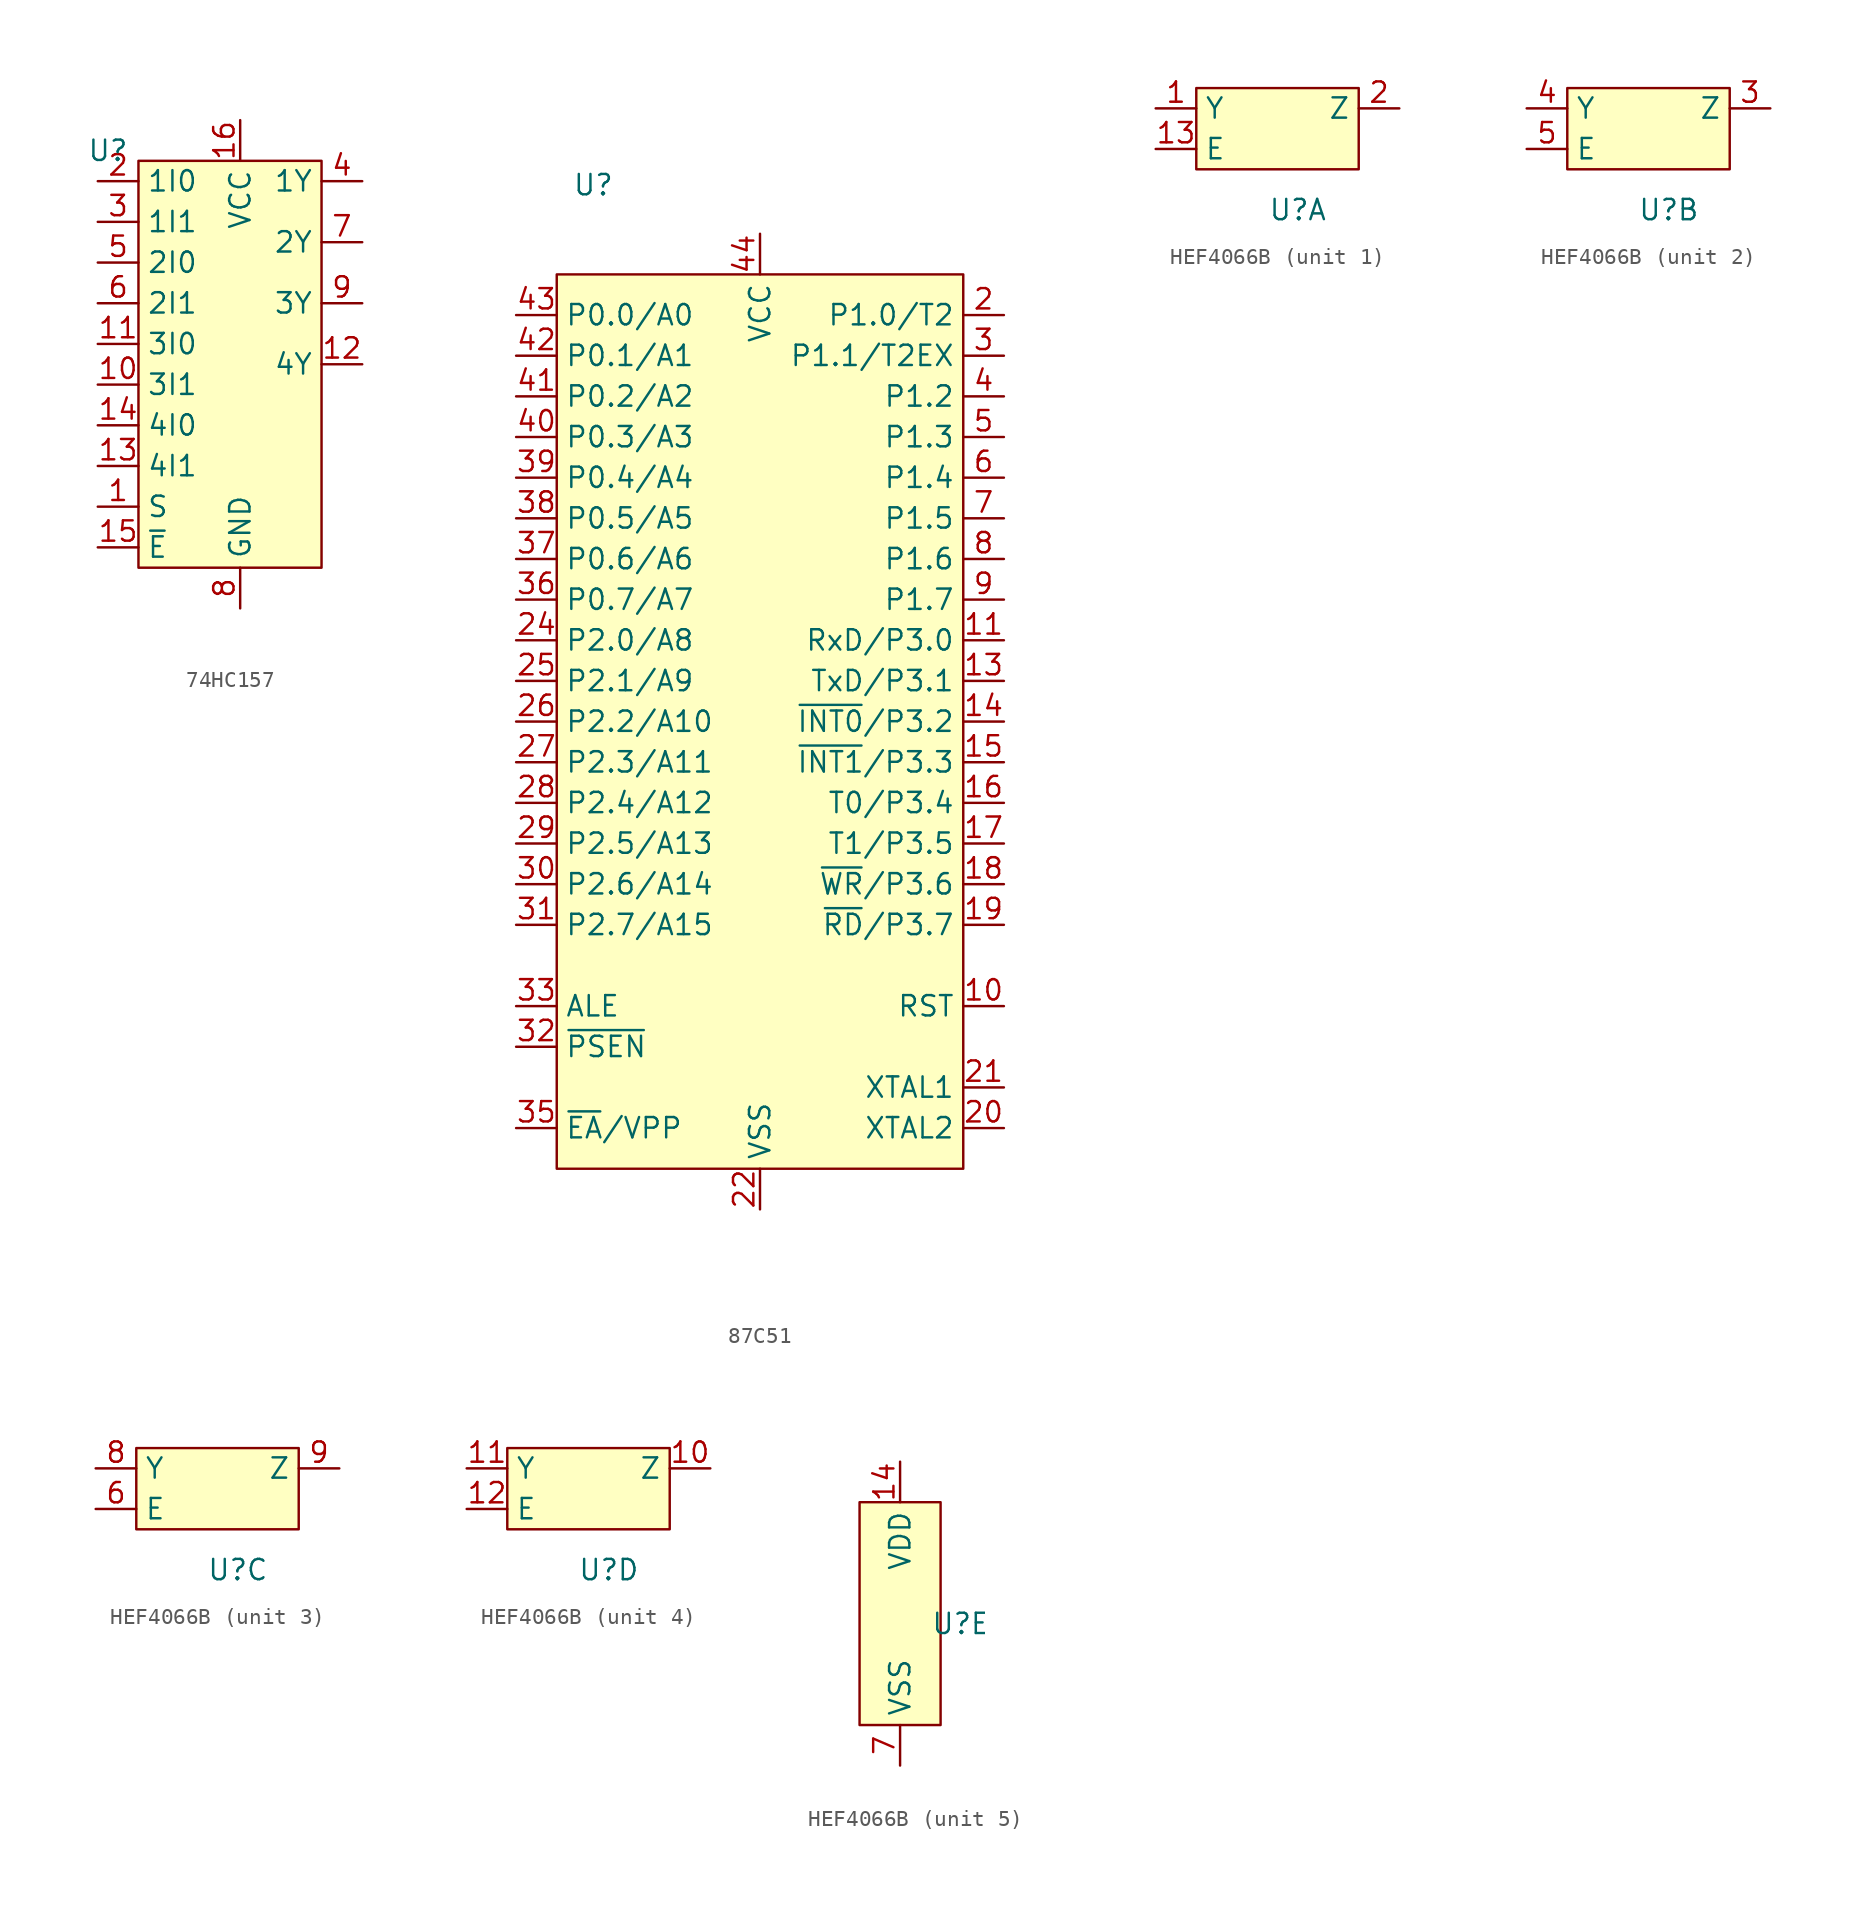
<source format=kicad_sym>
(kicad_symbol_lib
  (version 20231120)
  (generator "kicad_symbol_editor")
  (generator_version "8.0")
  (symbol "74HC157"
    (property "Reference" "U"
      (at -1.905 1.905 0)
      (effects (font (size 1.27 1.27))))
    (property "Value" ""
      (at 0 0 0)
      (effects (font (size 1.27 1.27))))
    (symbol "74HC157_1_1"
      (rectangle (start 0 1.27) (end 11.43 -24.13) (stroke (width 0) (type default)) (fill (type background)))
      (pin input line (at -2.54 -20.32 0) (length 2.54) (name "S" (effects (font (size 1.27 1.27)))) (number "1" (effects (font (size 1.27 1.27)))))
      (pin input line (at -2.54 -12.7 0) (length 2.54) (name "3I1" (effects (font (size 1.27 1.27)))) (number "10" (effects (font (size 1.27 1.27)))))
      (pin input line (at -2.54 -10.16 0) (length 2.54) (name "3I0" (effects (font (size 1.27 1.27)))) (number "11" (effects (font (size 1.27 1.27)))))
      (pin output line (at 13.97 -11.43 180) (length 2.54) (name "4Y" (effects (font (size 1.27 1.27)))) (number "12" (effects (font (size 1.27 1.27)))))
      (pin input line (at -2.54 -17.78 0) (length 2.54) (name "4I1" (effects (font (size 1.27 1.27)))) (number "13" (effects (font (size 1.27 1.27)))))
      (pin input line (at -2.54 -15.24 0) (length 2.54) (name "4I0" (effects (font (size 1.27 1.27)))) (number "14" (effects (font (size 1.27 1.27)))))
      (pin input line (at -2.54 -22.86 0) (length 2.54) (name "~{E}" (effects (font (size 1.27 1.27)))) (number "15" (effects (font (size 1.27 1.27)))))
      (pin power_in line (at 6.35 3.81 270) (length 2.54) (name "VCC" (effects (font (size 1.27 1.27)))) (number "16" (effects (font (size 1.27 1.27)))))
      (pin input line (at -2.54 0 0) (length 2.54) (name "1I0" (effects (font (size 1.27 1.27)))) (number "2" (effects (font (size 1.27 1.27)))))
      (pin input line (at -2.54 -2.54 0) (length 2.54) (name "1I1" (effects (font (size 1.27 1.27)))) (number "3" (effects (font (size 1.27 1.27)))))
      (pin output line (at 13.97 0 180) (length 2.54) (name "1Y" (effects (font (size 1.27 1.27)))) (number "4" (effects (font (size 1.27 1.27)))))
      (pin input line (at -2.54 -5.08 0) (length 2.54) (name "2I0" (effects (font (size 1.27 1.27)))) (number "5" (effects (font (size 1.27 1.27)))))
      (pin input line (at -2.54 -7.62 0) (length 2.54) (name "2I1" (effects (font (size 1.27 1.27)))) (number "6" (effects (font (size 1.27 1.27)))))
      (pin output line (at 13.97 -3.81 180) (length 2.54) (name "2Y" (effects (font (size 1.27 1.27)))) (number "7" (effects (font (size 1.27 1.27)))))
      (pin passive line (at 6.35 -26.67 90) (length 2.54) (name "GND" (effects (font (size 1.27 1.27)))) (number "8" (effects (font (size 1.27 1.27)))))
      (pin output line (at 13.97 -7.62 180) (length 2.54) (name "3Y" (effects (font (size 1.27 1.27)))) (number "9" (effects (font (size 1.27 1.27)))))))
  (symbol "87C51"
    (property "Reference" "U"
      (at -10.414 5.588 0)
      (effects (font (size 1.27 1.27))))
    (property "Value" ""
      (at 0 0 0)
      (effects (font (size 1.27 1.27))))
    (symbol "87C51_1_1"
      (rectangle (start -12.7 0) (end 12.7 -55.88) (stroke (width 0) (type default)) (fill (type background)))
      (pin input line (at 15.24 -45.72 180) (length 2.54) (name "RST" (effects (font (size 1.27 1.27)))) (number "10" (effects (font (size 1.27 1.27)))))
      (pin tri_state line (at 15.24 -22.86 180) (length 2.54) (name "RxD/P3.0" (effects (font (size 1.27 1.27)))) (number "11" (effects (font (size 1.27 1.27)))))
      (pin tri_state line (at 15.24 -25.4 180) (length 2.54) (name "TxD/P3.1" (effects (font (size 1.27 1.27)))) (number "13" (effects (font (size 1.27 1.27)))))
      (pin tri_state line (at 15.24 -27.94 180) (length 2.54) (name "~{INT0}/P3.2" (effects (font (size 1.27 1.27)))) (number "14" (effects (font (size 1.27 1.27)))))
      (pin tri_state line (at 15.24 -30.48 180) (length 2.54) (name "~{INT1}/P3.3" (effects (font (size 1.27 1.27)))) (number "15" (effects (font (size 1.27 1.27)))))
      (pin tri_state line (at 15.24 -33.02 180) (length 2.54) (name "T0/P3.4" (effects (font (size 1.27 1.27)))) (number "16" (effects (font (size 1.27 1.27)))))
      (pin tri_state line (at 15.24 -35.56 180) (length 2.54) (name "T1/P3.5" (effects (font (size 1.27 1.27)))) (number "17" (effects (font (size 1.27 1.27)))))
      (pin tri_state line (at 15.24 -38.1 180) (length 2.54) (name "~{WR}/P3.6" (effects (font (size 1.27 1.27)))) (number "18" (effects (font (size 1.27 1.27)))))
      (pin tri_state line (at 15.24 -40.64 180) (length 2.54) (name "~{RD}/P3.7" (effects (font (size 1.27 1.27)))) (number "19" (effects (font (size 1.27 1.27)))))
      (pin tri_state line (at 15.24 -2.54 180) (length 2.54) (name "P1.0/T2" (effects (font (size 1.27 1.27)))) (number "2" (effects (font (size 1.27 1.27)))))
      (pin output line (at 15.24 -53.34 180) (length 2.54) (name "XTAL2" (effects (font (size 1.27 1.27)))) (number "20" (effects (font (size 1.27 1.27)))))
      (pin input line (at 15.24 -50.8 180) (length 2.54) (name "XTAL1" (effects (font (size 1.27 1.27)))) (number "21" (effects (font (size 1.27 1.27)))))
      (pin power_in line (at 0 -58.42 90) (length 2.54) (name "VSS" (effects (font (size 1.27 1.27)))) (number "22" (effects (font (size 1.27 1.27)))))
      (pin tri_state line (at -15.24 -22.86 0) (length 2.54) (name "P2.0/A8" (effects (font (size 1.27 1.27)))) (number "24" (effects (font (size 1.27 1.27)))))
      (pin tri_state line (at -15.24 -25.4 0) (length 2.54) (name "P2.1/A9" (effects (font (size 1.27 1.27)))) (number "25" (effects (font (size 1.27 1.27)))))
      (pin tri_state line (at -15.24 -27.94 0) (length 2.54) (name "P2.2/A10" (effects (font (size 1.27 1.27)))) (number "26" (effects (font (size 1.27 1.27)))))
      (pin tri_state line (at -15.24 -30.48 0) (length 2.54) (name "P2.3/A11" (effects (font (size 1.27 1.27)))) (number "27" (effects (font (size 1.27 1.27)))))
      (pin tri_state line (at -15.24 -33.02 0) (length 2.54) (name "P2.4/A12" (effects (font (size 1.27 1.27)))) (number "28" (effects (font (size 1.27 1.27)))))
      (pin tri_state line (at -15.24 -35.56 0) (length 2.54) (name "P2.5/A13" (effects (font (size 1.27 1.27)))) (number "29" (effects (font (size 1.27 1.27)))))
      (pin tri_state line (at 15.24 -5.08 180) (length 2.54) (name "P1.1/T2EX" (effects (font (size 1.27 1.27)))) (number "3" (effects (font (size 1.27 1.27)))))
      (pin tri_state line (at -15.24 -38.1 0) (length 2.54) (name "P2.6/A14" (effects (font (size 1.27 1.27)))) (number "30" (effects (font (size 1.27 1.27)))))
      (pin tri_state line (at -15.24 -40.64 0) (length 2.54) (name "P2.7/A15" (effects (font (size 1.27 1.27)))) (number "31" (effects (font (size 1.27 1.27)))))
      (pin output line (at -15.24 -48.26 0) (length 2.54) (name "~{PSEN}" (effects (font (size 1.27 1.27)))) (number "32" (effects (font (size 1.27 1.27)))))
      (pin output line (at -15.24 -45.72 0) (length 2.54) (name "ALE" (effects (font (size 1.27 1.27)))) (number "33" (effects (font (size 1.27 1.27)))))
      (pin input line (at -15.24 -53.34 0) (length 2.54) (name "~{EA}/VPP" (effects (font (size 1.27 1.27)))) (number "35" (effects (font (size 1.27 1.27)))))
      (pin tri_state line (at -15.24 -20.32 0) (length 2.54) (name "P0.7/A7" (effects (font (size 1.27 1.27)))) (number "36" (effects (font (size 1.27 1.27)))))
      (pin tri_state line (at -15.24 -17.78 0) (length 2.54) (name "P0.6/A6" (effects (font (size 1.27 1.27)))) (number "37" (effects (font (size 1.27 1.27)))))
      (pin tri_state line (at -15.24 -15.24 0) (length 2.54) (name "P0.5/A5" (effects (font (size 1.27 1.27)))) (number "38" (effects (font (size 1.27 1.27)))))
      (pin tri_state line (at -15.24 -12.7 0) (length 2.54) (name "P0.4/A4" (effects (font (size 1.27 1.27)))) (number "39" (effects (font (size 1.27 1.27)))))
      (pin tri_state line (at 15.24 -7.62 180) (length 2.54) (name "P1.2" (effects (font (size 1.27 1.27)))) (number "4" (effects (font (size 1.27 1.27)))))
      (pin tri_state line (at -15.24 -10.16 0) (length 2.54) (name "P0.3/A3" (effects (font (size 1.27 1.27)))) (number "40" (effects (font (size 1.27 1.27)))))
      (pin tri_state line (at -15.24 -7.62 0) (length 2.54) (name "P0.2/A2" (effects (font (size 1.27 1.27)))) (number "41" (effects (font (size 1.27 1.27)))))
      (pin tri_state line (at -15.24 -5.08 0) (length 2.54) (name "P0.1/A1" (effects (font (size 1.27 1.27)))) (number "42" (effects (font (size 1.27 1.27)))))
      (pin tri_state line (at -15.24 -2.54 0) (length 2.54) (name "P0.0/A0" (effects (font (size 1.27 1.27)))) (number "43" (effects (font (size 1.27 1.27)))))
      (pin power_in line (at 0 2.54 270) (length 2.54) (name "VCC" (effects (font (size 1.27 1.27)))) (number "44" (effects (font (size 1.27 1.27)))))
      (pin tri_state line (at 15.24 -10.16 180) (length 2.54) (name "P1.3" (effects (font (size 1.27 1.27)))) (number "5" (effects (font (size 1.27 1.27)))))
      (pin tri_state line (at 15.24 -12.7 180) (length 2.54) (name "P1.4" (effects (font (size 1.27 1.27)))) (number "6" (effects (font (size 1.27 1.27)))))
      (pin tri_state line (at 15.24 -15.24 180) (length 2.54) (name "P1.5" (effects (font (size 1.27 1.27)))) (number "7" (effects (font (size 1.27 1.27)))))
      (pin tri_state line (at 15.24 -17.78 180) (length 2.54) (name "P1.6" (effects (font (size 1.27 1.27)))) (number "8" (effects (font (size 1.27 1.27)))))
      (pin tri_state line (at 15.24 -20.32 180) (length 2.54) (name "P1.7" (effects (font (size 1.27 1.27)))) (number "9" (effects (font (size 1.27 1.27)))))))
  (symbol "HEF4066B"
    (property "Reference" "U"
      (at 6.35 -6.35 0)
      (effects (font (size 1.27 1.27))))
    (property "Value" ""
      (at 0 0 0)
      (effects (font (size 1.27 1.27))))
    (property "ki_locked" ""
      (at 0 0 0)
      (effects (font (size 1.27 1.27))))
    (symbol "HEF4066B_1_1"
      (rectangle (start 0 1.27) (end 10.16 -3.81) (stroke (width 0) (type default)) (fill (type background)))
      (pin bidirectional line (at -2.54 0 0) (length 2.54) (name "Y" (effects (font (size 1.27 1.27)))) (number "1" (effects (font (size 1.27 1.27)))))
      (pin input line (at -2.54 -2.54 0) (length 2.54) (name "E" (effects (font (size 1.27 1.27)))) (number "13" (effects (font (size 1.27 1.27)))))
      (pin bidirectional line (at 12.7 0 180) (length 2.54) (name "Z" (effects (font (size 1.27 1.27)))) (number "2" (effects (font (size 1.27 1.27))))))
    (symbol "HEF4066B_2_1"
      (rectangle (start 0 1.27) (end 10.16 -3.81) (stroke (width 0) (type default)) (fill (type background)))
      (pin bidirectional line (at 12.7 0 180) (length 2.54) (name "Z" (effects (font (size 1.27 1.27)))) (number "3" (effects (font (size 1.27 1.27)))))
      (pin bidirectional line (at -2.54 0 0) (length 2.54) (name "Y" (effects (font (size 1.27 1.27)))) (number "4" (effects (font (size 1.27 1.27)))))
      (pin input line (at -2.54 -2.54 0) (length 2.54) (name "E" (effects (font (size 1.27 1.27)))) (number "5" (effects (font (size 1.27 1.27))))))
    (symbol "HEF4066B_3_1"
      (rectangle (start 0 1.27) (end 10.16 -3.81) (stroke (width 0) (type default)) (fill (type background)))
      (pin input line (at -2.54 -2.54 0) (length 2.54) (name "E" (effects (font (size 1.27 1.27)))) (number "6" (effects (font (size 1.27 1.27)))))
      (pin bidirectional line (at -2.54 0 0) (length 2.54) (name "Y" (effects (font (size 1.27 1.27)))) (number "8" (effects (font (size 1.27 1.27)))))
      (pin bidirectional line (at 12.7 0 180) (length 2.54) (name "Z" (effects (font (size 1.27 1.27)))) (number "9" (effects (font (size 1.27 1.27))))))
    (symbol "HEF4066B_4_1"
      (rectangle (start 0 1.27) (end 10.16 -3.81) (stroke (width 0) (type default)) (fill (type background)))
      (pin bidirectional line (at 12.7 0 180) (length 2.54) (name "Z" (effects (font (size 1.27 1.27)))) (number "10" (effects (font (size 1.27 1.27)))))
      (pin bidirectional line (at -2.54 0 0) (length 2.54) (name "Y" (effects (font (size 1.27 1.27)))) (number "11" (effects (font (size 1.27 1.27)))))
      (pin input line (at -2.54 -2.54 0) (length 2.54) (name "E" (effects (font (size 1.27 1.27)))) (number "12" (effects (font (size 1.27 1.27))))))
    (symbol "HEF4066B_5_1"
      (rectangle (start 0 1.27) (end 5.08 -12.7) (stroke (width 0) (type default)) (fill (type background)))
      (pin power_in line (at 2.54 3.81 270) (length 2.54) (name "VDD" (effects (font (size 1.27 1.27)))) (number "14" (effects (font (size 1.27 1.27)))))
      (pin bidirectional line (at 2.54 -15.24 90) (length 2.54) (name "VSS" (effects (font (size 1.27 1.27)))) (number "7" (effects (font (size 1.27 1.27))))))))
</source>
